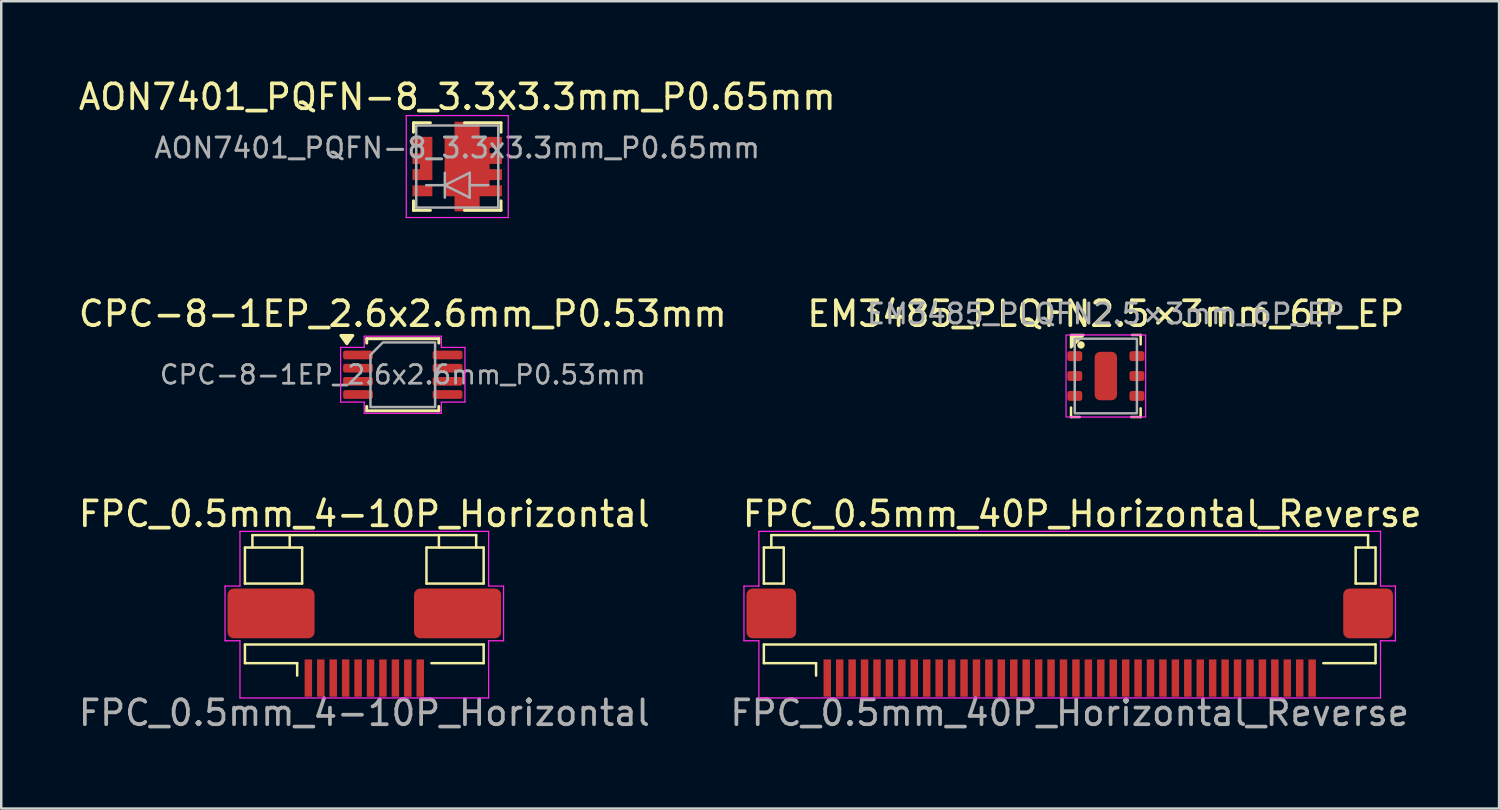
<source format=kicad_pcb>
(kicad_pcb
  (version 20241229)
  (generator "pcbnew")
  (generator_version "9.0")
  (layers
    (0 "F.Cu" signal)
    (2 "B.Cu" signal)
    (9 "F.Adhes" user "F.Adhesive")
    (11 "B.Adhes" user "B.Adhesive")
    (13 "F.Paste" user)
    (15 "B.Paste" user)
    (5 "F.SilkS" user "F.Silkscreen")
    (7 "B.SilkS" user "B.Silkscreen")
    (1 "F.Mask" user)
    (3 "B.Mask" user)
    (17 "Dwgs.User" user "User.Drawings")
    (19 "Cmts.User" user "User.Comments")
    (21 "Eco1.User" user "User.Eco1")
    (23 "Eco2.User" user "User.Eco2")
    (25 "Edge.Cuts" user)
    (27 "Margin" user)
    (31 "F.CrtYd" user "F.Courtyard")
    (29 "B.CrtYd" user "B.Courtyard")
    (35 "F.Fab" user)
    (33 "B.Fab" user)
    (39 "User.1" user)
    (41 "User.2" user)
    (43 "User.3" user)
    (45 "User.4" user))
  (footprint "AON7401_PQFN-8_3.3x3.3mm_P0.65mm"
    (layer "F.Cu")
    (at 15.339 3.648)
    (property "Reference" "AON7401_PQFN-8_3.3x3.3mm_P0.65mm" (at 0 -2.8 0) (layer "F.SilkS") (effects (font (size 1 1) (thickness 0.15))))
    (attr smd)
    (fp_line (start -1.76 -1.76) (end -1.76 -1.38) (stroke (width 0.12) (type solid)) (layer "F.SilkS"))
    (fp_line (start -1.76 -1.76) (end -1.08 -1.76) (stroke (width 0.12) (type solid)) (layer "F.SilkS"))
    (fp_line (start -1.76 1.76) (end -1.76 1.38) (stroke (width 0.12) (type solid)) (layer "F.SilkS"))
    (fp_line (start -1.76 1.76) (end -1.08 1.76) (stroke (width 0.12) (type solid)) (layer "F.SilkS"))
    (fp_line (start 0.29 -1.76) (end 1.76 -1.76) (stroke (width 0.12) (type solid)) (layer "F.SilkS"))
    (fp_line (start 0.29 1.76) (end 1.76 1.76) (stroke (width 0.12) (type solid)) (layer "F.SilkS"))
    (fp_line (start 1.76 -1.76) (end 1.76 -1.38) (stroke (width 0.12) (type solid)) (layer "F.SilkS"))
    (fp_line (start 1.76 1.76) (end 1.76 1.38) (stroke (width 0.12) (type solid)) (layer "F.SilkS"))
    (fp_line (start -2.05 -2.05) (end 2.05 -2.05) (stroke (width 0.05) (type solid)) (layer "F.CrtYd"))
    (fp_line (start -2.05 2.05) (end -2.05 -2.05) (stroke (width 0.05) (type solid)) (layer "F.CrtYd"))
    (fp_line (start -2.05 2.05) (end 2.05 2.05) (stroke (width 0.05) (type solid)) (layer "F.CrtYd"))
    (fp_line (start 2.05 2.05) (end 2.05 -2.05) (stroke (width 0.05) (type solid)) (layer "F.CrtYd"))
    (fp_line (start -1.65 -1.65) (end 1.65 -1.65) (stroke (width 0.1) (type solid)) (layer "F.Fab"))
    (fp_line (start -1.65 1.65) (end -1.65 -1.65) (stroke (width 0.1) (type solid)) (layer "F.Fab"))
    (fp_line (start -0.5 0.25) (end -0.5 1.25) (stroke (width 0.1) (type solid)) (layer "F.Fab"))
    (fp_line (start -0.5 0.75) (end -1.25 0.75) (stroke (width 0.1) (type solid)) (layer "F.Fab"))
    (fp_line (start -0.5 0.75) (end 0.5 0.25) (stroke (width 0.1) (type solid)) (layer "F.Fab"))
    (fp_line (start 0.5 0.25) (end 0.5 1.25) (stroke (width 0.1) (type solid)) (layer "F.Fab"))
    (fp_line (start 0.5 0.75) (end 1.25 0.75) (stroke (width 0.1) (type solid)) (layer "F.Fab"))
    (fp_line (start 0.5 1.25) (end -0.5 0.75) (stroke (width 0.1) (type solid)) (layer "F.Fab"))
    (fp_line (start 1.65 -1.65) (end 1.65 1.65) (stroke (width 0.1) (type solid)) (layer "F.Fab"))
    (fp_line (start 1.65 1.65) (end -1.65 1.65) (stroke (width 0.1) (type solid)) (layer "F.Fab"))
    (fp_text user "${REFERENCE}" (at 0 -0.75 0) (layer "F.Fab") (effects (font (size 0.8 0.8) (thickness 0.12))))
    (pad "1" smd custom (at 0.645 0 180) (size 0.5 0.5) (layers "F.Cu" "F.Mask" "F.Paste") (options (anchor rect)) (primitives (gr_poly (pts (xy 0.755 -1.195) (xy 1.155 -1.195) (xy 1.155 1.195) (xy 0.755 1.195) (xy 0.755 1.8) (xy -0.255 1.8) (xy -0.255 1.195) (xy -1.155 1.195) (xy -1.155 0.755) (xy -0.655 0.755) (xy -0.655 0.545) (xy -1.155 0.545) (xy -1.155 0.105) (xy -0.655 0.105) (xy -0.655 -0.105) (xy -1.155 -0.105) (xy -1.155 -0.545) (xy -0.655 -0.545) (xy -0.655 -0.755) (xy -1.155 -0.755) (xy -1.155 -1.195) (xy -0.255 -1.195) (xy -0.255 -1.8) (xy 0.755 -1.8)) (width 0) (fill yes))))
    (pad "2" smd rect (at -1.4 0.975 180) (size 0.8 0.44) (layers "F.Cu" "F.Mask" "F.Paste"))
    (pad "3" smd custom (at -1.4 -0.325 180) (size 0.4 0.4) (layers "F.Cu" "F.Mask" "F.Paste") (options (anchor rect)) (primitives (gr_poly (pts (xy 0.4 -0.43) (xy 0.1 -0.43) (xy 0.1 -0.22) (xy 0.4 -0.22) (xy 0.4 0.22) (xy 0.1 0.22) (xy 0.1 0.43) (xy 0.4 0.43) (xy 0.4 0.87) (xy -0.4 0.87) (xy -0.4 -0.87) (xy 0.4 -0.87)) (width 0) (fill yes)))))
  (footprint "FPC_0.5mm_40P_Horizontal_Reverse"
    (layer "F.Cu")
    (at 39.97 23.62)
    (property "Reference" "FPC_0.5mm_40P_Horizontal_Reverse" (at 0.5 -6 0) (layer "F.SilkS") (effects (font (size 1 1) (thickness 0.15))))
    (attr smd)
    (fp_line (start -12.3 -4.65) (end -11.5 -4.65) (stroke (width 0.1) (type default)) (layer "F.SilkS"))
    (fp_line (start -12.3 -3.2) (end -12.3 -4.65) (stroke (width 0.1) (type solid)) (layer "F.SilkS"))
    (fp_line (start -12.3 -3.2) (end -11.5 -3.2) (stroke (width 0.1) (type default)) (layer "F.SilkS"))
    (fp_line (start -12.3 -0.75) (end 12.3 -0.75) (stroke (width 0.1) (type default)) (layer "F.SilkS"))
    (fp_line (start -12.3 0) (end -12.3 -0.75) (stroke (width 0.1) (type solid)) (layer "F.SilkS"))
    (fp_line (start -12 -5.15) (end -12 -4.65) (stroke (width 0.1) (type default)) (layer "F.SilkS"))
    (fp_line (start -11.5 -4.65) (end -11.5 -3.2) (stroke (width 0.1) (type default)) (layer "F.SilkS"))
    (fp_line (start -10.2 0) (end -12.3 0) (stroke (width 0.1) (type solid)) (layer "F.SilkS"))
    (fp_line (start -10.2 0) (end -10.2 0.5) (stroke (width 0.1) (type solid)) (layer "F.SilkS"))
    (fp_line (start 10.2 0) (end 12.3 0.000003) (stroke (width 0.1) (type solid)) (layer "F.SilkS"))
    (fp_line (start 11.5 -4.65) (end 12.3 -4.65) (stroke (width 0.1) (type default)) (layer "F.SilkS"))
    (fp_line (start 11.5 -3.2) (end 11.5 -4.65) (stroke (width 0.1) (type default)) (layer "F.SilkS"))
    (fp_line (start 11.5 -3.2) (end 12.3 -3.2) (stroke (width 0.1) (type default)) (layer "F.SilkS"))
    (fp_line (start 12 -5.15) (end -12 -5.15) (stroke (width 0.1) (type solid)) (layer "F.SilkS"))
    (fp_line (start 12 -5.15) (end 12 -4.65) (stroke (width 0.1) (type default)) (layer "F.SilkS"))
    (fp_line (start 12.3 -3.2) (end 12.3 -4.65) (stroke (width 0.1) (type solid)) (layer "F.SilkS"))
    (fp_line (start 12.3 0.000003) (end 12.3 -0.75) (stroke (width 0.1) (type solid)) (layer "F.SilkS"))
    (fp_line (start -13.1 -3.1) (end -13.1 -0.9) (stroke (width 0.05) (type default)) (layer "F.CrtYd"))
    (fp_line (start -13.1 -0.9) (end -12.5 -0.9) (stroke (width 0.05) (type default)) (layer "F.CrtYd"))
    (fp_line (start -12.5 -5.3) (end -12.5 -3.1) (stroke (width 0.05) (type default)) (layer "F.CrtYd"))
    (fp_line (start -12.5 -3.1) (end -13.1 -3.1) (stroke (width 0.05) (type default)) (layer "F.CrtYd"))
    (fp_line (start -12.5 -0.9) (end -12.5 1.4) (stroke (width 0.05) (type default)) (layer "F.CrtYd"))
    (fp_line (start -12.5 1.4) (end 12.5 1.4) (stroke (width 0.05) (type solid)) (layer "F.CrtYd"))
    (fp_line (start 12.5 -5.3) (end -12.5 -5.3) (stroke (width 0.05) (type solid)) (layer "F.CrtYd"))
    (fp_line (start 12.5 -5.3) (end 12.5 -3.1) (stroke (width 0.05) (type default)) (layer "F.CrtYd"))
    (fp_line (start 12.5 -3.1) (end 13.1 -3.1) (stroke (width 0.05) (type default)) (layer "F.CrtYd"))
    (fp_line (start 12.5 -0.9) (end 12.5 1.4) (stroke (width 0.05) (type default)) (layer "F.CrtYd"))
    (fp_line (start 13.1 -3.1) (end 13.1 -0.9) (stroke (width 0.05) (type default)) (layer "F.CrtYd"))
    (fp_line (start 13.1 -0.9) (end 12.5 -0.9) (stroke (width 0.05) (type default)) (layer "F.CrtYd"))
    (fp_text user "${REFERENCE}" (at 0 2 180) (layer "F.Fab") (effects (font (size 1 1) (thickness 0.15))))
    (pad "1" smd rect (at 9.75 0.6 180) (size 0.3 1.5) (layers "F.Cu" "F.Mask" "F.Paste"))
    (pad "2" smd rect (at 9.25 0.6 180) (size 0.3 1.5) (layers "F.Cu" "F.Mask" "F.Paste"))
    (pad "3" smd rect (at 8.75 0.6 180) (size 0.3 1.5) (layers "F.Cu" "F.Mask" "F.Paste"))
    (pad "4" smd rect (at 8.25 0.6 180) (size 0.3 1.5) (layers "F.Cu" "F.Mask" "F.Paste"))
    (pad "5" smd rect (at 7.75 0.6 180) (size 0.3 1.5) (layers "F.Cu" "F.Mask" "F.Paste"))
    (pad "6" smd rect (at 7.25 0.6 180) (size 0.3 1.5) (layers "F.Cu" "F.Mask" "F.Paste"))
    (pad "7" smd rect (at 6.75 0.6 180) (size 0.3 1.5) (layers "F.Cu" "F.Mask" "F.Paste"))
    (pad "8" smd rect (at 6.25 0.6 180) (size 0.3 1.5) (layers "F.Cu" "F.Mask" "F.Paste"))
    (pad "9" smd rect (at 5.75 0.6 180) (size 0.3 1.5) (layers "F.Cu" "F.Mask" "F.Paste"))
    (pad "10" smd rect (at 5.25 0.6 180) (size 0.3 1.5) (layers "F.Cu" "F.Mask" "F.Paste"))
    (pad "11" smd rect (at 4.75 0.6 180) (size 0.3 1.5) (layers "F.Cu" "F.Mask" "F.Paste"))
    (pad "12" smd rect (at 4.25 0.6 180) (size 0.3 1.5) (layers "F.Cu" "F.Mask" "F.Paste"))
    (pad "13" smd rect (at 3.75 0.6 180) (size 0.3 1.5) (layers "F.Cu" "F.Mask" "F.Paste"))
    (pad "14" smd rect (at 3.25 0.6 180) (size 0.3 1.5) (layers "F.Cu" "F.Mask" "F.Paste"))
    (pad "15" smd rect (at 2.75 0.6 180) (size 0.3 1.5) (layers "F.Cu" "F.Mask" "F.Paste"))
    (pad "16" smd rect (at 2.25 0.6 180) (size 0.3 1.5) (layers "F.Cu" "F.Mask" "F.Paste"))
    (pad "17" smd rect (at 1.75 0.6 180) (size 0.3 1.5) (layers "F.Cu" "F.Mask" "F.Paste"))
    (pad "18" smd rect (at 1.25 0.6 180) (size 0.3 1.5) (layers "F.Cu" "F.Mask" "F.Paste"))
    (pad "19" smd rect (at 0.75 0.6 180) (size 0.3 1.5) (layers "F.Cu" "F.Mask" "F.Paste"))
    (pad "20" smd rect (at 0.25 0.6 180) (size 0.3 1.5) (layers "F.Cu" "F.Mask" "F.Paste"))
    (pad "21" smd rect (at -0.25 0.6 180) (size 0.3 1.5) (layers "F.Cu" "F.Mask" "F.Paste"))
    (pad "22" smd rect (at -0.75 0.6 180) (size 0.3 1.5) (layers "F.Cu" "F.Mask" "F.Paste"))
    (pad "23" smd rect (at -1.25 0.6 180) (size 0.3 1.5) (layers "F.Cu" "F.Mask" "F.Paste"))
    (pad "24" smd rect (at -1.75 0.6 180) (size 0.3 1.5) (layers "F.Cu" "F.Mask" "F.Paste"))
    (pad "25" smd rect (at -2.25 0.6 180) (size 0.3 1.5) (layers "F.Cu" "F.Mask" "F.Paste"))
    (pad "26" smd rect (at -2.75 0.6 180) (size 0.3 1.5) (layers "F.Cu" "F.Mask" "F.Paste"))
    (pad "27" smd rect (at -3.25 0.6 180) (size 0.3 1.5) (layers "F.Cu" "F.Mask" "F.Paste"))
    (pad "28" smd rect (at -3.75 0.6 180) (size 0.3 1.5) (layers "F.Cu" "F.Mask" "F.Paste"))
    (pad "29" smd rect (at -4.25 0.6 180) (size 0.3 1.5) (layers "F.Cu" "F.Mask" "F.Paste"))
    (pad "30" smd rect (at -4.75 0.6 180) (size 0.3 1.5) (layers "F.Cu" "F.Mask" "F.Paste"))
    (pad "31" smd rect (at -5.25 0.6 180) (size 0.3 1.5) (layers "F.Cu" "F.Mask" "F.Paste"))
    (pad "32" smd rect (at -5.75 0.6 180) (size 0.3 1.5) (layers "F.Cu" "F.Mask" "F.Paste"))
    (pad "33" smd rect (at -6.25 0.6 180) (size 0.3 1.5) (layers "F.Cu" "F.Mask" "F.Paste"))
    (pad "34" smd rect (at -6.75 0.6 180) (size 0.3 1.5) (layers "F.Cu" "F.Mask" "F.Paste"))
    (pad "35" smd rect (at -7.25 0.6 180) (size 0.3 1.5) (layers "F.Cu" "F.Mask" "F.Paste"))
    (pad "36" smd rect (at -7.75 0.6 180) (size 0.3 1.5) (layers "F.Cu" "F.Mask" "F.Paste"))
    (pad "37" smd rect (at -8.25 0.6 180) (size 0.3 1.5) (layers "F.Cu" "F.Mask" "F.Paste"))
    (pad "38" smd rect (at -8.75 0.6 180) (size 0.3 1.5) (layers "F.Cu" "F.Mask" "F.Paste"))
    (pad "39" smd rect (at -9.25 0.6 180) (size 0.3 1.5) (layers "F.Cu" "F.Mask" "F.Paste"))
    (pad "40" smd rect (at -9.75 0.6 180) (size 0.3 1.5) (layers "F.Cu" "F.Mask" "F.Paste"))
    (pad "MP" smd roundrect (at -12 -2 270) (size 2 2) (layers "F.Cu" "F.Mask" "F.Paste") (roundrect_rratio 0.125))
    (pad "MP" smd roundrect (at 12 -2 180) (size 2 2) (layers "F.Cu" "F.Mask" "F.Paste") (roundrect_rratio 0.125)))
  (footprint "CPC-8-1EP_2.6x2.6mm_P0.53mm"
    (layer "F.Cu")
    (at 13.149 12.021)
    (property "Reference" "CPC-8-1EP_2.6x2.6mm_P0.53mm" (at 0 -2.45 0) (layer "F.SilkS") (effects (font (size 1 1) (thickness 0.15))))
    (attr smd)
    (fp_line (start -1.45 -1.45) (end 1.45 -1.45) (stroke (width 0.12) (type solid)) (layer "F.SilkS"))
    (fp_line (start -1.45 -1.275) (end -1.45 -1.45) (stroke (width 0.12) (type solid)) (layer "F.SilkS"))
    (fp_line (start -1.45 1.45) (end -1.45 1.275) (stroke (width 0.12) (type solid)) (layer "F.SilkS"))
    (fp_line (start 1.45 -1.45) (end 1.45 -1.275) (stroke (width 0.12) (type solid)) (layer "F.SilkS"))
    (fp_line (start 1.45 1.275) (end 1.45 1.45) (stroke (width 0.12) (type solid)) (layer "F.SilkS"))
    (fp_line (start 1.45 1.45) (end -1.45 1.45) (stroke (width 0.12) (type solid)) (layer "F.SilkS"))
    (fp_poly (pts (xy -2.25 -1.25) (xy -2.49 -1.58) (xy -2.01 -1.58)) (stroke (width 0.12) (type solid)) (fill yes) (layer "F.SilkS"))
    (fp_line (start -2.5 -1.1) (end -1.55 -1.1) (stroke (width 0.05) (type solid)) (layer "F.CrtYd"))
    (fp_line (start -2.5 1.1) (end -2.5 -1.1) (stroke (width 0.05) (type solid)) (layer "F.CrtYd"))
    (fp_line (start -1.55 -1.55) (end 1.55 -1.55) (stroke (width 0.05) (type solid)) (layer "F.CrtYd"))
    (fp_line (start -1.55 -1.1) (end -1.55 -1.55) (stroke (width 0.05) (type solid)) (layer "F.CrtYd"))
    (fp_line (start -1.55 1.1) (end -2.5 1.1) (stroke (width 0.05) (type solid)) (layer "F.CrtYd"))
    (fp_line (start -1.55 1.55) (end -1.55 1.1) (stroke (width 0.05) (type solid)) (layer "F.CrtYd"))
    (fp_line (start 1.55 -1.55) (end 1.55 -1.1) (stroke (width 0.05) (type solid)) (layer "F.CrtYd"))
    (fp_line (start 1.55 -1.1) (end 2.5 -1.1) (stroke (width 0.05) (type solid)) (layer "F.CrtYd"))
    (fp_line (start 1.55 1.1) (end 1.55 1.55) (stroke (width 0.05) (type solid)) (layer "F.CrtYd"))
    (fp_line (start 1.55 1.55) (end -1.55 1.55) (stroke (width 0.05) (type solid)) (layer "F.CrtYd"))
    (fp_line (start 2.5 -1.1) (end 2.5 1.1) (stroke (width 0.05) (type solid)) (layer "F.CrtYd"))
    (fp_line (start 2.5 1.1) (end 1.55 1.1) (stroke (width 0.05) (type solid)) (layer "F.CrtYd"))
    (fp_poly (pts (xy -1.3 -0.8) (xy -1.3 1.3) (xy 1.3 1.3) (xy 1.3 -1.3) (xy -0.8 -1.3)) (stroke (width 0.1) (type solid)) (fill no) (layer "F.Fab"))
    (fp_text user "${REFERENCE}" (at 0 0 0) (layer "F.Fab") (effects (font (size 0.75 0.75) (thickness 0.11))))
    (pad "1" smd roundrect (at -1.8 -0.795) (size 1.2 0.35) (layers "F.Cu" "F.Mask" "F.Paste") (roundrect_rratio 0.25))
    (pad "2" smd roundrect (at -1.8 -0.265) (size 1.2 0.35) (layers "F.Cu" "F.Mask" "F.Paste") (roundrect_rratio 0.25))
    (pad "3" smd roundrect (at -1.8 0.265) (size 1.2 0.35) (layers "F.Cu" "F.Mask" "F.Paste") (roundrect_rratio 0.25))
    (pad "4" smd roundrect (at -1.8 0.795) (size 1.2 0.35) (layers "F.Cu" "F.Mask" "F.Paste") (roundrect_rratio 0.25))
    (pad "5" smd roundrect (at 1.8 0.795) (size 1.2 0.35) (layers "F.Cu" "F.Mask" "F.Paste") (roundrect_rratio 0.25))
    (pad "6" smd roundrect (at 1.8 0.265) (size 1.2 0.35) (layers "F.Cu" "F.Mask" "F.Paste") (roundrect_rratio 0.25))
    (pad "7" smd roundrect (at 1.8 -0.265) (size 1.2 0.35) (layers "F.Cu" "F.Mask" "F.Paste") (roundrect_rratio 0.25))
    (pad "8" smd roundrect (at 1.8 -0.795) (size 1.2 0.35) (layers "F.Cu" "F.Mask" "F.Paste") (roundrect_rratio 0.25)))
  (footprint "FPC_0.5mm_4-10P_Horizontal"
    (layer "F.Cu")
    (at 11.601 23.62)
    (property "Reference" "FPC_0.5mm_4-10P_Horizontal" (at 0 -6 0) (layer "F.SilkS") (effects (font (size 1 1) (thickness 0.15))))
    (attr smd)
    (fp_line (start -4.8 -4.65) (end -2.5 -4.65) (stroke (width 0.1) (type default)) (layer "F.SilkS"))
    (fp_line (start -4.8 -3.2) (end -4.8 -4.65) (stroke (width 0.1) (type solid)) (layer "F.SilkS"))
    (fp_line (start -4.8 -3.2) (end -2.5 -3.2) (stroke (width 0.1) (type default)) (layer "F.SilkS"))
    (fp_line (start -4.8 -0.75) (end 4.8 -0.75) (stroke (width 0.1) (type default)) (layer "F.SilkS"))
    (fp_line (start -4.8 0) (end -4.8 -0.75) (stroke (width 0.1) (type solid)) (layer "F.SilkS"))
    (fp_line (start -4.5 -5.15) (end -4.5 -4.65) (stroke (width 0.1) (type default)) (layer "F.SilkS"))
    (fp_line (start -3 -5.15) (end -3 -4.65) (stroke (width 0.1) (type default)) (layer "F.SilkS"))
    (fp_line (start -2.7 0) (end -4.8 0) (stroke (width 0.1) (type solid)) (layer "F.SilkS"))
    (fp_line (start -2.7 0) (end -2.7 0.5) (stroke (width 0.1) (type solid)) (layer "F.SilkS"))
    (fp_line (start -2.5 -4.65) (end -2.5 -3.2) (stroke (width 0.1) (type default)) (layer "F.SilkS"))
    (fp_line (start 2.5 -4.65) (end 4.8 -4.65) (stroke (width 0.1) (type default)) (layer "F.SilkS"))
    (fp_line (start 2.5 -3.2) (end 2.5 -4.65) (stroke (width 0.1) (type default)) (layer "F.SilkS"))
    (fp_line (start 2.5 -3.2) (end 4.8 -3.2) (stroke (width 0.1) (type default)) (layer "F.SilkS"))
    (fp_line (start 2.7 0) (end 4.8 0.000003) (stroke (width 0.1) (type solid)) (layer "F.SilkS"))
    (fp_line (start 3 -5.15) (end 3 -4.65) (stroke (width 0.1) (type default)) (layer "F.SilkS"))
    (fp_line (start 4.5 -5.15) (end -4.5 -5.15) (stroke (width 0.1) (type solid)) (layer "F.SilkS"))
    (fp_line (start 4.5 -5.15) (end 4.5 -4.65) (stroke (width 0.1) (type default)) (layer "F.SilkS"))
    (fp_line (start 4.8 -3.2) (end 4.8 -4.65) (stroke (width 0.1) (type solid)) (layer "F.SilkS"))
    (fp_line (start 4.8 0.000003) (end 4.8 -0.75) (stroke (width 0.1) (type solid)) (layer "F.SilkS"))
    (fp_line (start -5.6 -3.1) (end -5.6 -0.9) (stroke (width 0.05) (type default)) (layer "F.CrtYd"))
    (fp_line (start -5.6 -0.9) (end -5 -0.9) (stroke (width 0.05) (type default)) (layer "F.CrtYd"))
    (fp_line (start -5 -5.3) (end -5 -3.1) (stroke (width 0.05) (type default)) (layer "F.CrtYd"))
    (fp_line (start -5 -3.1) (end -5.6 -3.1) (stroke (width 0.05) (type default)) (layer "F.CrtYd"))
    (fp_line (start -5 -0.9) (end -5 1.4) (stroke (width 0.05) (type default)) (layer "F.CrtYd"))
    (fp_line (start -5 1.4) (end 5 1.4) (stroke (width 0.05) (type solid)) (layer "F.CrtYd"))
    (fp_line (start 5 -5.3) (end -5 -5.3) (stroke (width 0.05) (type solid)) (layer "F.CrtYd"))
    (fp_line (start 5 -5.3) (end 5 -3.1) (stroke (width 0.05) (type default)) (layer "F.CrtYd"))
    (fp_line (start 5 -3.1) (end 5.6 -3.1) (stroke (width 0.05) (type default)) (layer "F.CrtYd"))
    (fp_line (start 5 -0.9) (end 5 1.4) (stroke (width 0.05) (type default)) (layer "F.CrtYd"))
    (fp_line (start 5.6 -3.1) (end 5.6 -0.9) (stroke (width 0.05) (type default)) (layer "F.CrtYd"))
    (fp_line (start 5.6 -0.9) (end 5 -0.9) (stroke (width 0.05) (type default)) (layer "F.CrtYd"))
    (fp_text user "${REFERENCE}" (at 0 2 180) (layer "F.Fab") (effects (font (size 1 1) (thickness 0.15))))
    (pad "1" smd rect (at -2.25 0.6 180) (size 0.3 1.5) (layers "F.Cu" "F.Mask" "F.Paste"))
    (pad "2" smd rect (at -1.75 0.6 180) (size 0.3 1.5) (layers "F.Cu" "F.Mask" "F.Paste"))
    (pad "3" smd rect (at -1.25 0.6 180) (size 0.3 1.5) (layers "F.Cu" "F.Mask" "F.Paste"))
    (pad "4" smd rect (at -0.75 0.6 180) (size 0.3 1.5) (layers "F.Cu" "F.Mask" "F.Paste"))
    (pad "5" smd rect (at -0.25 0.6 180) (size 0.3 1.5) (layers "F.Cu" "F.Mask" "F.Paste"))
    (pad "6" smd rect (at 0.25 0.6 180) (size 0.3 1.5) (layers "F.Cu" "F.Mask" "F.Paste"))
    (pad "7" smd rect (at 0.75 0.6 180) (size 0.3 1.5) (layers "F.Cu" "F.Mask" "F.Paste"))
    (pad "8" smd rect (at 1.25 0.6 180) (size 0.3 1.5) (layers "F.Cu" "F.Mask" "F.Paste"))
    (pad "9" smd rect (at 1.75 0.6 180) (size 0.3 1.5) (layers "F.Cu" "F.Mask" "F.Paste"))
    (pad "10" smd rect (at 2.25 0.6 180) (size 0.3 1.5) (layers "F.Cu" "F.Mask" "F.Paste"))
    (pad "MP" smd roundrect (at -3.75 -2 270) (size 2 3.5) (layers "F.Cu" "F.Mask" "F.Paste") (roundrect_rratio 0.125))
    (pad "MP" smd roundrect (at 3.75 -2 180) (size 3.5 2) (layers "F.Cu" "F.Mask" "F.Paste") (roundrect_rratio 0.125)))
  (footprint "EM3485_PLQFN2.5×3mm_6P_EP"
    (layer "F.Cu")
    (at 41.423 12.072)
    (property "Reference" "EM3485_PLQFN2.5×3mm_6P_EP" (at 0 -2.5 0) (layer "F.SilkS") (effects (font (size 1 1) (thickness 0.15))))
    (attr smd)
    (fp_line (start -1.4 1.65) (end -1.4 1.27) (stroke (width 0.1) (type solid)) (layer "F.SilkS"))
    (fp_line (start -1.05 1.65) (end -1.4 1.65) (stroke (width 0.1) (type solid)) (layer "F.SilkS"))
    (fp_line (start 1.05 -1.65) (end 1.4 -1.65) (stroke (width 0.1) (type solid)) (layer "F.SilkS"))
    (fp_line (start 1.4 -1.65) (end 1.4 -1.27) (stroke (width 0.1) (type solid)) (layer "F.SilkS"))
    (fp_line (start 1.4 1.3) (end 1.4 1.65) (stroke (width 0.1) (type solid)) (layer "F.SilkS"))
    (fp_line (start 1.4 1.65) (end 1.02 1.65) (stroke (width 0.1) (type solid)) (layer "F.SilkS"))
    (fp_circle (center -1 -1.25) (end -0.9 -1.25) (stroke (width 0.1) (type solid)) (fill yes) (layer "F.SilkS"))
    (fp_poly (pts (xy -1.4 -1.65) (xy -0.9 -1.65) (xy -1.4 -1.15)) (stroke (width 0.1) (type solid)) (fill yes) (layer "F.SilkS"))
    (fp_rect (start -1.6 -1.65) (end 1.6 1.65) (stroke (width 0.05) (type default)) (fill no) (layer "F.CrtYd"))
    (fp_rect (start -1.25 -1.5) (end 1.25 1.5) (stroke (width 0.1) (type default)) (fill no) (layer "F.Fab"))
    (fp_text user "${REFERENCE}" (at 0 -2.5 0) (layer "F.Fab") (effects (font (size 0.8 0.8) (thickness 0.12))))
    (pad "1" smd roundrect (at -1.25 -0.8) (size 0.6 0.4) (layers "F.Cu" "F.Mask" "F.Paste") (roundrect_rratio 0.25))
    (pad "2" smd roundrect (at -1.25 0) (size 0.6 0.4) (layers "F.Cu" "F.Mask" "F.Paste") (roundrect_rratio 0.25))
    (pad "3" smd roundrect (at -1.25 0.8) (size 0.6 0.4) (layers "F.Cu" "F.Mask" "F.Paste") (roundrect_rratio 0.25))
    (pad "4" smd roundrect (at 1.25 0.8) (size 0.6 0.4) (layers "F.Cu" "F.Mask" "F.Paste") (roundrect_rratio 0.25))
    (pad "5" smd roundrect (at 1.25 0) (size 0.6 0.4) (layers "F.Cu" "F.Mask" "F.Paste") (roundrect_rratio 0.25))
    (pad "6" smd roundrect (at 1.25 -0.8) (size 0.6 0.4) (layers "F.Cu" "F.Mask" "F.Paste") (roundrect_rratio 0.25))
    (pad "7" smd roundrect (at 0 0) (size 0.9 1.95) (layers "F.Cu" "F.Mask" "F.Paste") (roundrect_rratio 0.25)))
  (gr_rect
    (start -3 -3)
    (end 57.238 29.468)
    (stroke (width 0.1) (type default))
    (fill no)
    (layer "Edge.Cuts")))
</source>
